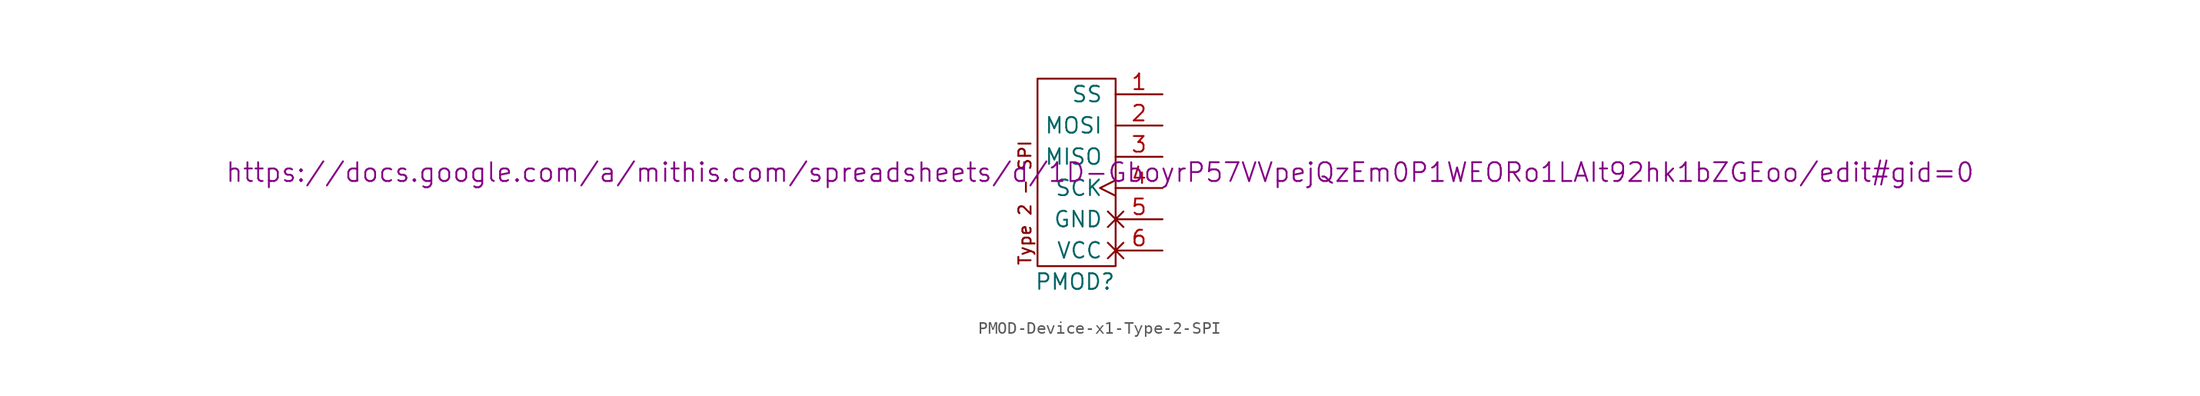
<source format=kicad_sym>
(kicad_symbol_lib
  (version 20231120)
  (generator "kicad_symbol_editor")
  (generator_version "8.0")
  (symbol "PMOD-Device-x1-Type-2-SPI"
    (pin_names
      (offset 1.016))
    (property "Reference" "PMOD"
      (at -3.302 -1.27 0)
      (effects (font (size 1.27 1.27))))
    (property "Datasheet" "https://docs.google.com/a/mithis.com/spreadsheets/d/1D-GboyrP57VVpejQzEm0P1WEORo1LAIt92hk1bZGEoo/edit#gid=0"
      (at -1.27 7.62 0)
      (effects (font (size 1.524 1.524))))
    (symbol "PMOD-Device-x1-Type-2-SPI_0_0"
      (text "Type 2 - SPI" (at -7.366 0 900) (effects (font (size 0.991 0.991)) (justify left))))
    (symbol "PMOD-Device-x1-Type-2-SPI_0_1"
      (rectangle (start 0 15.24) (end -6.35 0) (stroke (width 0) (type solid)) (fill (type none))))
    (symbol "PMOD-Device-x1-Type-2-SPI_1_1"
      (pin output line (at 3.81 13.97 180) (length 3.81) (name "SS" (effects (font (size 1.27 1.27)))) (number "1" (effects (font (size 1.27 1.27)))))
      (pin output line (at 3.81 11.43 180) (length 3.81) (name "MOSI" (effects (font (size 1.27 1.27)))) (number "2" (effects (font (size 1.27 1.27)))))
      (pin input line (at 3.81 8.89 180) (length 3.81) (name "MISO" (effects (font (size 1.27 1.27)))) (number "3" (effects (font (size 1.27 1.27)))))
      (pin output clock (at 3.81 6.35 180) (length 3.81) (name "SCK" (effects (font (size 1.27 1.27)))) (number "4" (effects (font (size 1.27 1.27)))))
      (pin power_out non_logic (at 3.81 3.81 180) (length 3.81) (name "GND" (effects (font (size 1.27 1.27)))) (number "5" (effects (font (size 1.27 1.27)))))
      (pin power_out non_logic (at 3.81 1.27 180) (length 3.81) (name "VCC" (effects (font (size 1.27 1.27)))) (number "6" (effects (font (size 1.27 1.27))))))))
</source>
